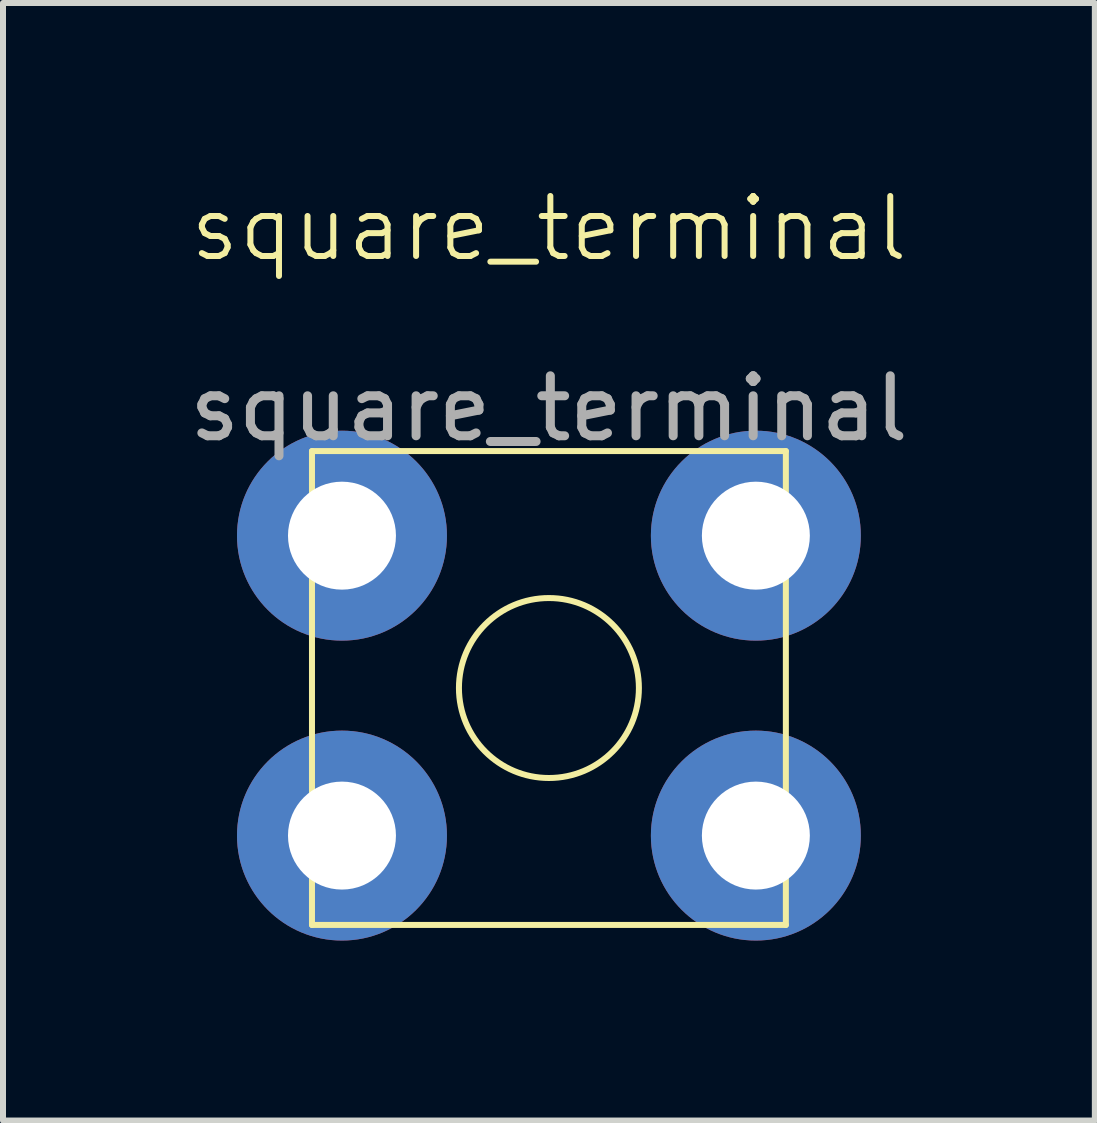
<source format=kicad_pcb>
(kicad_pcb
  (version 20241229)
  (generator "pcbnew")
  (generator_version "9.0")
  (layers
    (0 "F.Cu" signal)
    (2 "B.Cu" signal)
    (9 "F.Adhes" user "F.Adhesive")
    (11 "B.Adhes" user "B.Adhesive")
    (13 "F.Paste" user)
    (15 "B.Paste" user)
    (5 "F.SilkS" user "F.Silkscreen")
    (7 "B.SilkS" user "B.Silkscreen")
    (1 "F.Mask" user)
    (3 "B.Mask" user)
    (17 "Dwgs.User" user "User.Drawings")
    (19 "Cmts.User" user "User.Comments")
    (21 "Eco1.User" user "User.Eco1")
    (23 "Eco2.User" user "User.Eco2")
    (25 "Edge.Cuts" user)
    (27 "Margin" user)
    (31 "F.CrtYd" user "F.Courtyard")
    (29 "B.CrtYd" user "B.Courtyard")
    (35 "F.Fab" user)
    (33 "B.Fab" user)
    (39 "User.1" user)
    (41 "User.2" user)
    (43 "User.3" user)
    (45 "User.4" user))
  (footprint "square_terminal"
    (layer "F.Cu")
    (at 6.101 8.38)
    (property "Reference" "square_terminal" (at 0 -7.62 0) (unlocked yes) (layer "F.SilkS") (effects (font (size 1 1) (thickness 0.1))))
    (attr through_hole)
    (fp_line (start -3.95 -3.91) (end -3.95 3.99) (stroke (width 0.1) (type default)) (layer "F.SilkS"))
    (fp_line (start -3.95 -3.91) (end 3.95 -3.91) (stroke (width 0.1) (type default)) (layer "F.SilkS"))
    (fp_line (start -3.95 3.99) (end 3.95 3.99) (stroke (width 0.1) (type default)) (layer "F.SilkS"))
    (fp_line (start 3.95 -3.91) (end 3.95 3.99) (stroke (width 0.1) (type default)) (layer "F.SilkS"))
    (fp_circle (center 0 0.04) (end 1.5 0.04) (stroke (width 0.1) (type default)) (fill no) (layer "F.SilkS"))
    (fp_text user "${REFERENCE}" (at 0 -4.62 0) (unlocked yes) (layer "F.Fab") (effects (font (size 1 1) (thickness 0.15))))
    (pad "1" thru_hole circle (at -3.45 -2.5) (size 3.5 3.5) (drill 1.8) (layers "*.Cu" "*.Mask"))
    (pad "1" thru_hole circle (at -3.45 2.5) (size 3.5 3.5) (drill 1.8) (layers "*.Cu" "*.Mask"))
    (pad "1" thru_hole circle (at 3.45 -2.5) (size 3.5 3.5) (drill 1.8) (layers "*.Cu" "*.Mask"))
    (pad "1" thru_hole circle (at 3.45 2.5) (size 3.5 3.5) (drill 1.8) (layers "*.Cu" "*.Mask")))
  (gr_rect
    (start -3 -3)
    (end 15.202 15.63)
    (stroke (width 0.1) (type default))
    (fill no)
    (layer "Edge.Cuts")))
</source>
